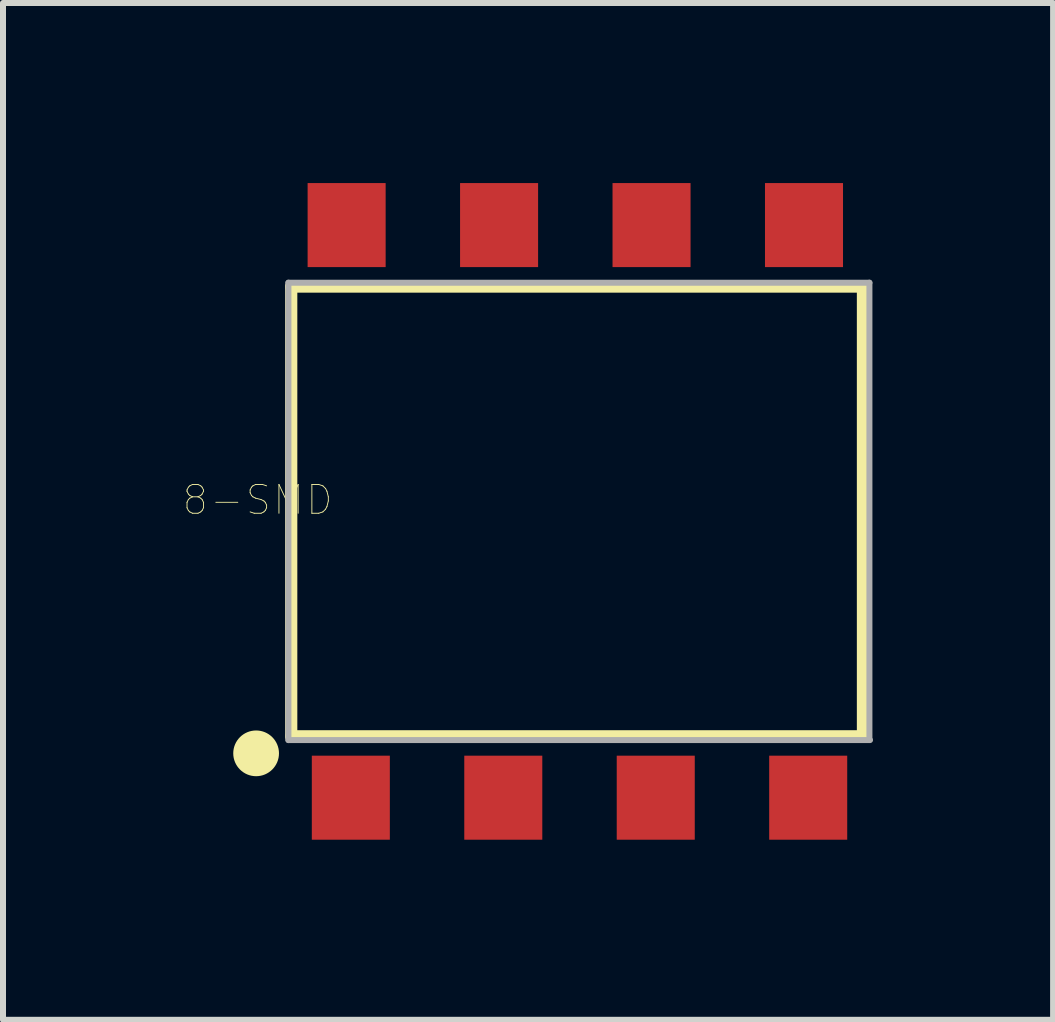
<source format=kicad_pcb>
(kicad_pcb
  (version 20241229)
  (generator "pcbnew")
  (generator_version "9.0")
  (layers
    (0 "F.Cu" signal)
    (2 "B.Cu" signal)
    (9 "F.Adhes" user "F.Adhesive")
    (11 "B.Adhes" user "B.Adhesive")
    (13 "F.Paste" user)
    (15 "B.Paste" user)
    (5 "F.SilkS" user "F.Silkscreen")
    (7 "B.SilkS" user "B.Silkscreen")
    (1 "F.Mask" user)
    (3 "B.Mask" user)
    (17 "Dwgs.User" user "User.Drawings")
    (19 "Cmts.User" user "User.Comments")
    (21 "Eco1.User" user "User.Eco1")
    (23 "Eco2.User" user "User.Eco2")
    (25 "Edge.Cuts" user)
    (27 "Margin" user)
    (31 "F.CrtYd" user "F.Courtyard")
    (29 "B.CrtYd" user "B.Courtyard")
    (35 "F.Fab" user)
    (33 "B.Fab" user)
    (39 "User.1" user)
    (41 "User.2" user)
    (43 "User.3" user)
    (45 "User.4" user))
  (footprint "8-SMD"
    (layer "F.Cu")
    (at 6.755 5.28)
    (property "Reference" "8-SMD" (at -5.512 0 180) (layer "F.SilkS") (effects (font (size 0.48 0.48) (thickness 0.015))))
    (attr through_hole)
    (fp_line (start -4.953 -3.556) (end 4.572 -3.556) (stroke (width 0.203) (type solid)) (layer "F.SilkS"))
    (fp_line (start -4.953 3.937) (end -4.953 -3.556) (stroke (width 0.203) (type solid)) (layer "F.SilkS"))
    (fp_line (start 4.572 -3.556) (end 4.572 3.937) (stroke (width 0.203) (type solid)) (layer "F.SilkS"))
    (fp_line (start 4.572 3.937) (end -4.953 3.937) (stroke (width 0.203) (type solid)) (layer "F.SilkS"))
    (fp_circle (center -5.538 4.221) (end -5.157 4.221) (stroke (width 0) (type solid)) (fill yes) (layer "F.SilkS"))
    (fp_line (start -5 -3.62) (end 4.68 -3.62) (stroke (width 0.1) (type solid)) (layer "F.Fab"))
    (fp_line (start -5 4) (end -5 -3.62) (stroke (width 0.1) (type solid)) (layer "F.Fab"))
    (fp_line (start -5 4) (end 4.69 4) (stroke (width 0.1) (type solid)) (layer "F.Fab"))
    (fp_line (start 4.68 -3.62) (end 4.68 3.98) (stroke (width 0.1) (type solid)) (layer "F.Fab"))
    (pad "1" smd rect (at -3.96 4.96) (size 1.3 1.4) (layers "F.Cu" "F.Mask" "F.Paste"))
    (pad "2" smd rect (at -1.42 4.96) (size 1.3 1.4) (layers "F.Cu" "F.Mask" "F.Paste"))
    (pad "3" smd rect (at 1.12 4.96) (size 1.3 1.4) (layers "F.Cu" "F.Mask" "F.Paste"))
    (pad "4" smd rect (at 3.66 4.96) (size 1.3 1.4) (layers "F.Cu" "F.Mask" "F.Paste"))
    (pad "5" smd rect (at 3.59 -4.58) (size 1.3 1.4) (layers "F.Cu" "F.Mask" "F.Paste"))
    (pad "6" smd rect (at 1.05 -4.58) (size 1.3 1.4) (layers "F.Cu" "F.Mask" "F.Paste"))
    (pad "7" smd rect (at -1.49 -4.58) (size 1.3 1.4) (layers "F.Cu" "F.Mask" "F.Paste"))
    (pad "8" smd rect (at -4.03 -4.58) (size 1.3 1.4) (layers "F.Cu" "F.Mask" "F.Paste")))
  (gr_rect
    (start -3 -3)
    (end 14.495 13.94)
    (stroke (width 0.1) (type default))
    (fill no)
    (layer "Edge.Cuts")))
</source>
